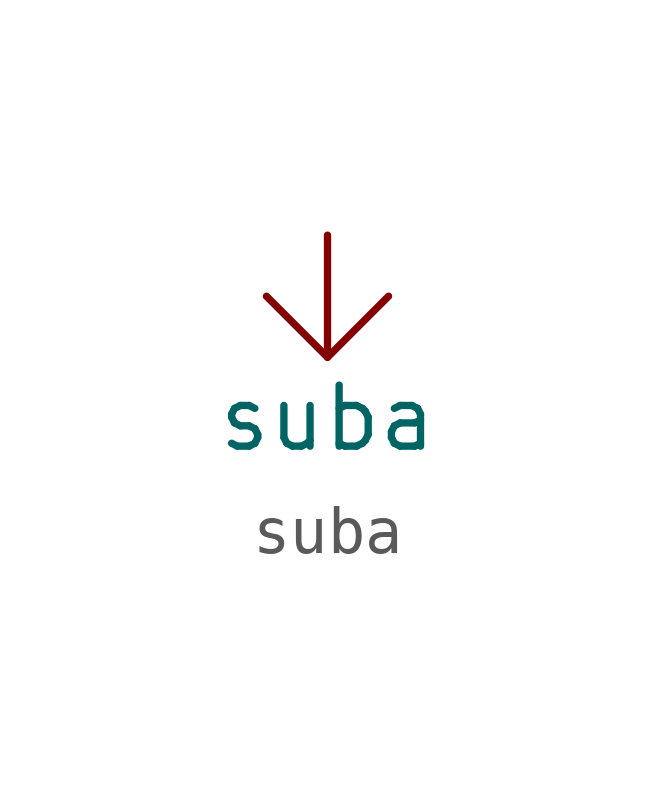
<source format=kicad_sym>
(kicad_symbol_lib
  (version 20211014)
  (generator kicad_symbol_editor)
  (symbol "suba"
    (power)
    (pin_names
      (offset 0))
    (property "Reference" "#PWR"
      (at -1.27 -5.08 0)
      (effects (font (size 1.27 1.27)) hide))
    (property "Value" "suba"
      (at 0 -3.81 0)
      (effects (font (size 1.27 1.27))))
    (symbol "suba_0_0"
      (pin power_in line (at 0 0 270) (length 0) hide (name "suba" (effects (font (size 1.27 1.27)))) (number "1" (effects (font (size 1.27 1.27))))))
    (symbol "suba_0_1"
      (polyline (pts (xy 0 -2.54) (xy 0 0)) (stroke (width 0) (type default) (color 0 0 0 0)) (fill (type none)))
      (polyline (pts (xy -1.27 -1.27) (xy 0 -2.54) (xy 1.27 -1.27)) (stroke (width 0) (type default) (color 0 0 0 0)) (fill (type none))))))
</source>
